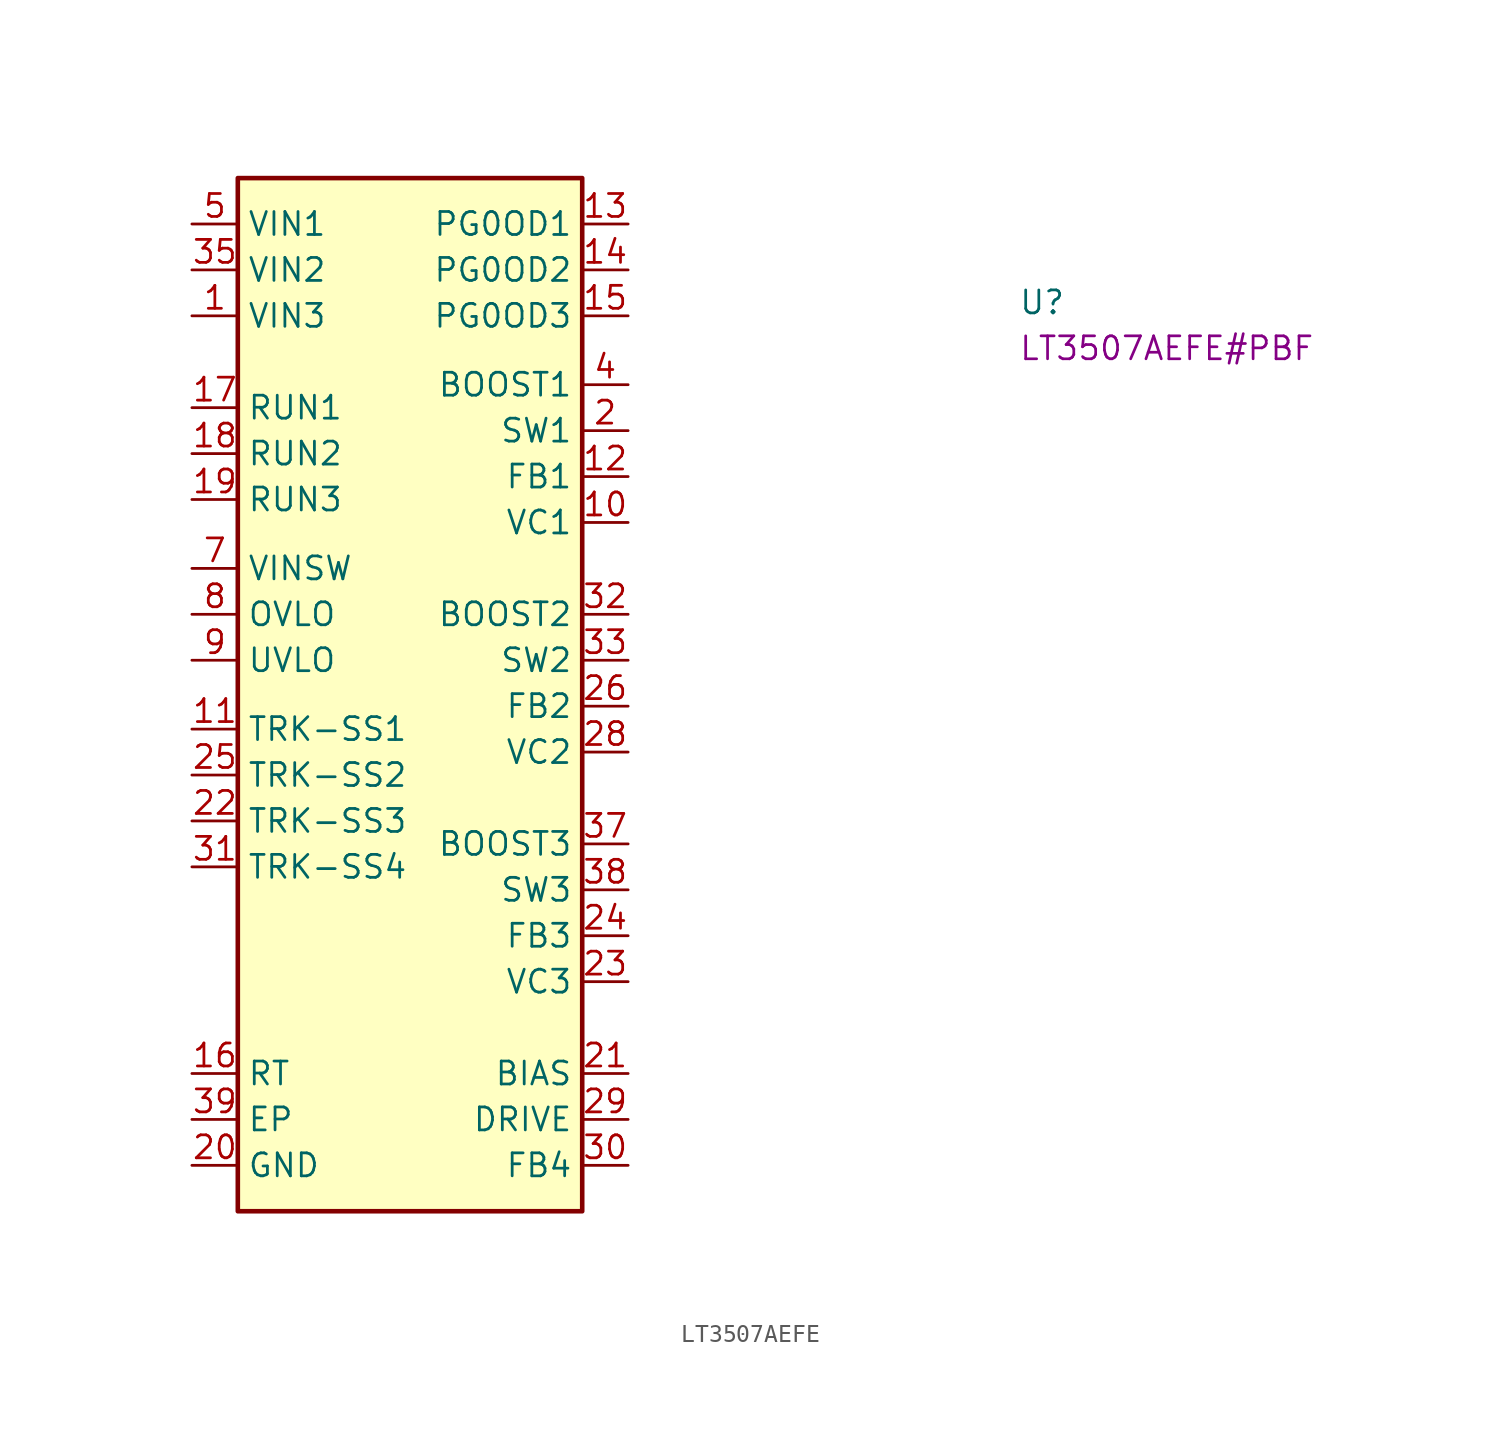
<source format=kicad_sym>
(kicad_symbol_lib
  (version 20220914)
  (generator kicad_symbol_editor)
  (symbol "LT3507AEFE"
    (property "Reference" "U"
      (at 45.72 -5.08 0)
      (effects (font (size 1.27 1.27) (thickness 0.15)) (justify left bottom)))
    (property "MPN" "LT3507AEFE#PBF"
      (at 45.72 -7.62 0)
      (effects (font (size 1.27 1.27) (thickness 0.15)) (justify left bottom)))
    (symbol "LT3507AEFE_1_1"
      (rectangle (start 2.54 2.54) (end 21.59 -54.61) (stroke (width 0.254) (type default)) (fill (type background)))
      (pin power_in line (at 0 -5.08 0) (length 2.54) (name "VIN3" (effects (font (size 1.27 1.27)))) (number "1" (effects (font (size 1.27 1.27)))))
      (pin output line (at 24.13 -16.51 180) (length 2.54) (name "VC1" (effects (font (size 1.27 1.27)))) (number "10" (effects (font (size 1.27 1.27)))))
      (pin input line (at 0 -27.94 0) (length 2.54) (name "TRK-SS1" (effects (font (size 1.27 1.27)))) (number "11" (effects (font (size 1.27 1.27)))) (alternate "SS1" passive line))
      (pin input line (at 24.13 -13.97 180) (length 2.54) (name "FB1" (effects (font (size 1.27 1.27)))) (number "12" (effects (font (size 1.27 1.27)))))
      (pin open_collector line (at 24.13 0 180) (length 2.54) (name "PG0OD1" (effects (font (size 1.27 1.27)))) (number "13" (effects (font (size 1.27 1.27)))))
      (pin open_collector line (at 24.13 -2.54 180) (length 2.54) (name "PG0OD2" (effects (font (size 1.27 1.27)))) (number "14" (effects (font (size 1.27 1.27)))))
      (pin open_collector line (at 24.13 -5.08 180) (length 2.54) (name "PG0OD3" (effects (font (size 1.27 1.27)))) (number "15" (effects (font (size 1.27 1.27)))))
      (pin input line (at 0 -46.99 0) (length 2.54) (name "RT" (effects (font (size 1.27 1.27)))) (number "16" (effects (font (size 1.27 1.27)))) (alternate "SYNC" passive line))
      (pin input line (at 0 -10.16 0) (length 2.54) (name "RUN1" (effects (font (size 1.27 1.27)))) (number "17" (effects (font (size 1.27 1.27)))))
      (pin input line (at 0 -12.7 0) (length 2.54) (name "RUN2" (effects (font (size 1.27 1.27)))) (number "18" (effects (font (size 1.27 1.27)))))
      (pin input line (at 0 -15.24 0) (length 2.54) (name "RUN3" (effects (font (size 1.27 1.27)))) (number "19" (effects (font (size 1.27 1.27)))))
      (pin output line (at 24.13 -11.43 180) (length 2.54) (name "SW1" (effects (font (size 1.27 1.27)))) (number "2" (effects (font (size 1.27 1.27)))))
      (pin power_in line (at 0 -52.07 0) (length 2.54) (name "GND" (effects (font (size 1.27 1.27)))) (number "20" (effects (font (size 1.27 1.27)))))
      (pin input line (at 24.13 -46.99 180) (length 2.54) (name "BIAS" (effects (font (size 1.27 1.27)))) (number "21" (effects (font (size 1.27 1.27)))))
      (pin input line (at 0 -33.02 0) (length 2.54) (name "TRK-SS3" (effects (font (size 1.27 1.27)))) (number "22" (effects (font (size 1.27 1.27)))))
      (pin output line (at 24.13 -41.91 180) (length 2.54) (name "VC3" (effects (font (size 1.27 1.27)))) (number "23" (effects (font (size 1.27 1.27)))))
      (pin input line (at 24.13 -39.37 180) (length 2.54) (name "FB3" (effects (font (size 1.27 1.27)))) (number "24" (effects (font (size 1.27 1.27)))))
      (pin input line (at 0 -30.48 0) (length 2.54) (name "TRK-SS2" (effects (font (size 1.27 1.27)))) (number "25" (effects (font (size 1.27 1.27)))))
      (pin input line (at 24.13 -26.67 180) (length 2.54) (name "FB2" (effects (font (size 1.27 1.27)))) (number "26" (effects (font (size 1.27 1.27)))))
      (pin no_connect line (at 2.54 -40.64 0) (length 2.54) hide (name "NC" (effects (font (size 1.27 1.27)))) (number "27" (effects (font (size 1.27 1.27)))))
      (pin output line (at 24.13 -29.21 180) (length 2.54) (name "VC2" (effects (font (size 1.27 1.27)))) (number "28" (effects (font (size 1.27 1.27)))))
      (pin output line (at 24.13 -49.53 180) (length 2.54) (name "DRIVE" (effects (font (size 1.27 1.27)))) (number "29" (effects (font (size 1.27 1.27)))))
      (pin passive line (at 24.13 -11.43 180) (length 2.54) hide (name "SW1" (effects (font (size 1.27 1.27)))) (number "3" (effects (font (size 1.27 1.27)))))
      (pin input line (at 24.13 -52.07 180) (length 2.54) (name "FB4" (effects (font (size 1.27 1.27)))) (number "30" (effects (font (size 1.27 1.27)))))
      (pin input line (at 0 -35.56 0) (length 2.54) (name "TRK-SS4" (effects (font (size 1.27 1.27)))) (number "31" (effects (font (size 1.27 1.27)))))
      (pin input line (at 24.13 -21.59 180) (length 2.54) (name "BOOST2" (effects (font (size 1.27 1.27)))) (number "32" (effects (font (size 1.27 1.27)))))
      (pin output line (at 24.13 -24.13 180) (length 2.54) (name "SW2" (effects (font (size 1.27 1.27)))) (number "33" (effects (font (size 1.27 1.27)))))
      (pin no_connect line (at 2.54 -39.37 0) (length 2.54) hide (name "NC" (effects (font (size 1.27 1.27)))) (number "34" (effects (font (size 1.27 1.27)))))
      (pin power_in line (at 0 -2.54 0) (length 2.54) (name "VIN2" (effects (font (size 1.27 1.27)))) (number "35" (effects (font (size 1.27 1.27)))))
      (pin passive line (at 0 -2.54 0) (length 2.54) hide (name "VIN2" (effects (font (size 1.27 1.27)))) (number "36" (effects (font (size 1.27 1.27)))))
      (pin input line (at 24.13 -34.29 180) (length 2.54) (name "BOOST3" (effects (font (size 1.27 1.27)))) (number "37" (effects (font (size 1.27 1.27)))))
      (pin output line (at 24.13 -36.83 180) (length 2.54) (name "SW3" (effects (font (size 1.27 1.27)))) (number "38" (effects (font (size 1.27 1.27)))))
      (pin power_in line (at 0 -49.53 0) (length 2.54) (name "EP" (effects (font (size 1.27 1.27)))) (number "39" (effects (font (size 1.27 1.27)))))
      (pin input line (at 24.13 -8.89 180) (length 2.54) (name "BOOST1" (effects (font (size 1.27 1.27)))) (number "4" (effects (font (size 1.27 1.27)))))
      (pin power_in line (at 0 0 0) (length 2.54) (name "VIN1" (effects (font (size 1.27 1.27)))) (number "5" (effects (font (size 1.27 1.27)))))
      (pin passive line (at 0 0 0) (length 2.54) hide (name "VIN1" (effects (font (size 1.27 1.27)))) (number "6" (effects (font (size 1.27 1.27)))))
      (pin output line (at 0 -19.05 0) (length 2.54) (name "VINSW" (effects (font (size 1.27 1.27)))) (number "7" (effects (font (size 1.27 1.27)))))
      (pin input line (at 0 -21.59 0) (length 2.54) (name "OVLO" (effects (font (size 1.27 1.27)))) (number "8" (effects (font (size 1.27 1.27)))))
      (pin input line (at 0 -24.13 0) (length 2.54) (name "UVLO" (effects (font (size 1.27 1.27)))) (number "9" (effects (font (size 1.27 1.27))))))))
</source>
